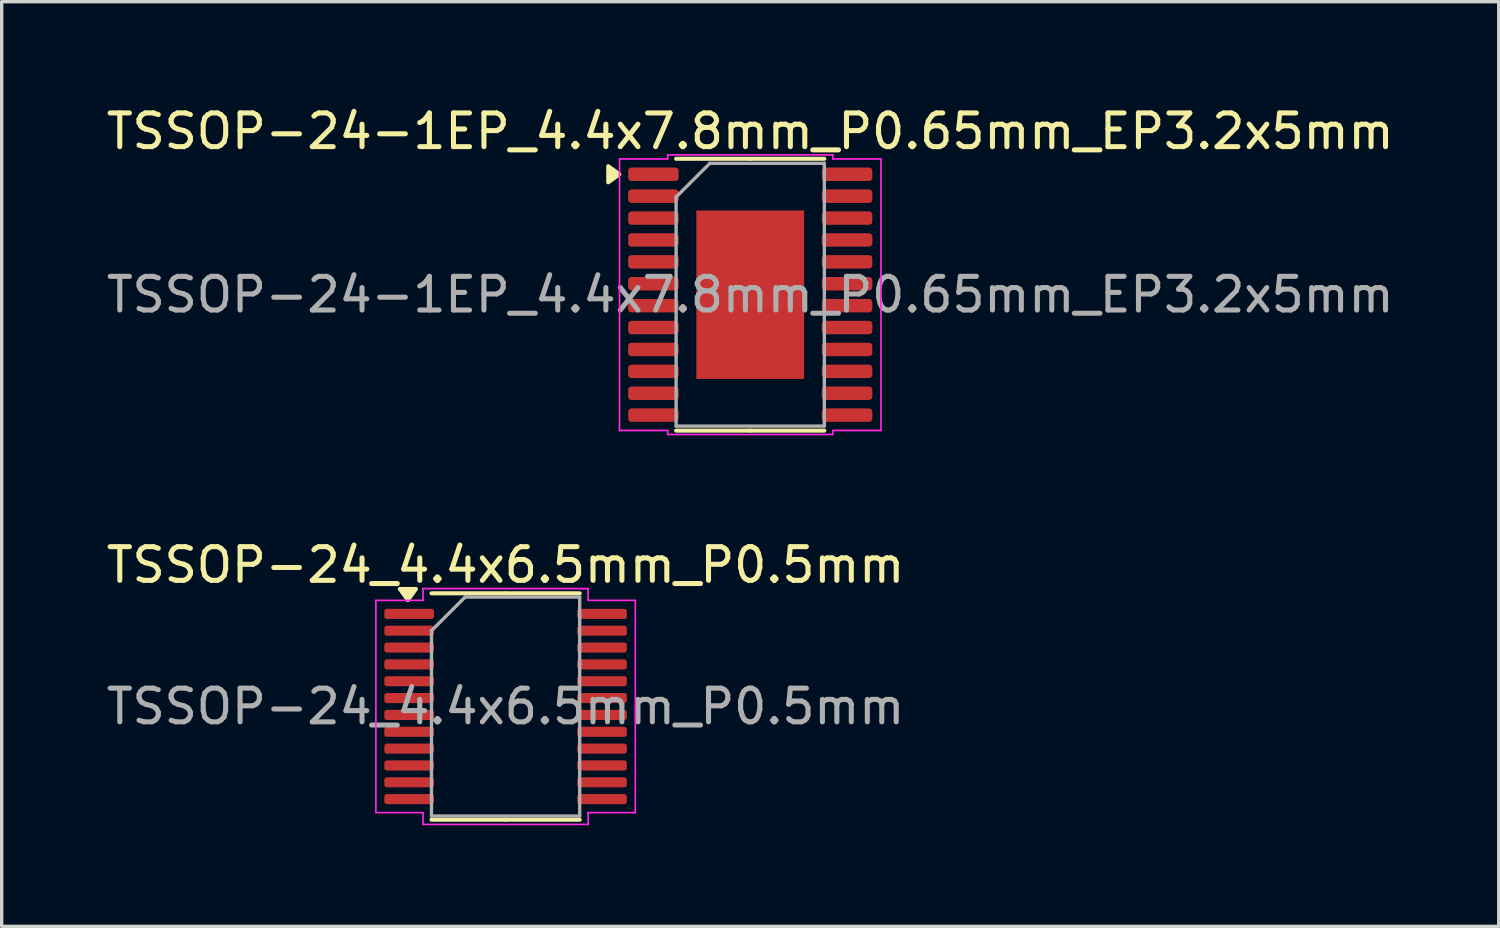
<source format=kicad_pcb>
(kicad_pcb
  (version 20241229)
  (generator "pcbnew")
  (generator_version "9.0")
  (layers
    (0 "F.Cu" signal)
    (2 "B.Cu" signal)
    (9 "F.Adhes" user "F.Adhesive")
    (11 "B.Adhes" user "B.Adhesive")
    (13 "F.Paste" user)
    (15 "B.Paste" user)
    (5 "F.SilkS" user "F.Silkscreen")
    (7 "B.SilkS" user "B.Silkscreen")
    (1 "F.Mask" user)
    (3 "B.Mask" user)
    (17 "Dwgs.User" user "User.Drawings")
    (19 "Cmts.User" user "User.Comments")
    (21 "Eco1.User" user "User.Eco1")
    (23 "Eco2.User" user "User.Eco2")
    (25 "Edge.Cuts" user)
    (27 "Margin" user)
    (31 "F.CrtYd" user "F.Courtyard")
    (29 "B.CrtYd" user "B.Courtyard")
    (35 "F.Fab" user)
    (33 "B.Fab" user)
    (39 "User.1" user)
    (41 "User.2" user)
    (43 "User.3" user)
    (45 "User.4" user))
  (footprint "TSSOP-24-1EP_4.4x7.8mm_P0.65mm_EP3.2x5mm"
    (layer "F.Cu")
    (at 19.22 5.698)
    (property "Reference" "TSSOP-24-1EP_4.4x7.8mm_P0.65mm_EP3.2x5mm" (at 0 -4.85 0) (layer "F.SilkS") (effects (font (size 1 1) (thickness 0.15))))
    (attr smd)
    (fp_line (start 0 -4.035) (end -2.2 -4.035) (stroke (width 0.12) (type solid)) (layer "F.SilkS"))
    (fp_line (start 0 -4.035) (end 2.2 -4.035) (stroke (width 0.12) (type solid)) (layer "F.SilkS"))
    (fp_line (start 0 4.035) (end -2.2 4.035) (stroke (width 0.12) (type solid)) (layer "F.SilkS"))
    (fp_line (start 0 4.035) (end 2.2 4.035) (stroke (width 0.12) (type solid)) (layer "F.SilkS"))
    (fp_poly (pts (xy -3.885 -3.575) (xy -4.215 -3.335) (xy -4.215 -3.815)) (stroke (width 0.12) (type solid)) (fill yes) (layer "F.SilkS"))
    (fp_line (start -3.88 -4.03) (end -2.45 -4.03) (stroke (width 0.05) (type solid)) (layer "F.CrtYd"))
    (fp_line (start -3.88 4.03) (end -3.88 -4.03) (stroke (width 0.05) (type solid)) (layer "F.CrtYd"))
    (fp_line (start -2.45 -4.15) (end 2.45 -4.15) (stroke (width 0.05) (type solid)) (layer "F.CrtYd"))
    (fp_line (start -2.45 -4.03) (end -2.45 -4.15) (stroke (width 0.05) (type solid)) (layer "F.CrtYd"))
    (fp_line (start -2.45 4.03) (end -3.88 4.03) (stroke (width 0.05) (type solid)) (layer "F.CrtYd"))
    (fp_line (start -2.45 4.15) (end -2.45 4.03) (stroke (width 0.05) (type solid)) (layer "F.CrtYd"))
    (fp_line (start 2.45 -4.15) (end 2.45 -4.03) (stroke (width 0.05) (type solid)) (layer "F.CrtYd"))
    (fp_line (start 2.45 -4.03) (end 3.88 -4.03) (stroke (width 0.05) (type solid)) (layer "F.CrtYd"))
    (fp_line (start 2.45 4.03) (end 2.45 4.15) (stroke (width 0.05) (type solid)) (layer "F.CrtYd"))
    (fp_line (start 2.45 4.15) (end -2.45 4.15) (stroke (width 0.05) (type solid)) (layer "F.CrtYd"))
    (fp_line (start 3.88 -4.03) (end 3.88 4.03) (stroke (width 0.05) (type solid)) (layer "F.CrtYd"))
    (fp_line (start 3.88 4.03) (end 2.45 4.03) (stroke (width 0.05) (type solid)) (layer "F.CrtYd"))
    (fp_line (start -2.2 -2.9) (end -1.2 -3.9) (stroke (width 0.1) (type solid)) (layer "F.Fab"))
    (fp_line (start -2.2 3.9) (end -2.2 -2.9) (stroke (width 0.1) (type solid)) (layer "F.Fab"))
    (fp_line (start -1.2 -3.9) (end 2.2 -3.9) (stroke (width 0.1) (type solid)) (layer "F.Fab"))
    (fp_line (start 2.2 -3.9) (end 2.2 3.9) (stroke (width 0.1) (type solid)) (layer "F.Fab"))
    (fp_line (start 2.2 3.9) (end -2.2 3.9) (stroke (width 0.1) (type solid)) (layer "F.Fab"))
    (fp_text user "${REFERENCE}" (at 0 0 0) (layer "F.Fab") (effects (font (size 1 1) (thickness 0.15))))
    (pad "" smd roundrect (at -0.8 -1.67) (size 1.29 1.34) (layers "F.Paste") (roundrect_rratio 0.194))
    (pad "" smd roundrect (at -0.8 0) (size 1.29 1.34) (layers "F.Paste") (roundrect_rratio 0.194))
    (pad "" smd roundrect (at -0.8 1.67) (size 1.29 1.34) (layers "F.Paste") (roundrect_rratio 0.194))
    (pad "" smd roundrect (at 0.8 -1.67) (size 1.29 1.34) (layers "F.Paste") (roundrect_rratio 0.194))
    (pad "" smd roundrect (at 0.8 0) (size 1.29 1.34) (layers "F.Paste") (roundrect_rratio 0.194))
    (pad "" smd roundrect (at 0.8 1.67) (size 1.29 1.34) (layers "F.Paste") (roundrect_rratio 0.194))
    (pad "1" smd roundrect (at -2.875 -3.575) (size 1.5 0.4) (layers "F.Cu" "F.Mask" "F.Paste") (roundrect_rratio 0.25))
    (pad "2" smd roundrect (at -2.875 -2.925) (size 1.5 0.4) (layers "F.Cu" "F.Mask" "F.Paste") (roundrect_rratio 0.25))
    (pad "3" smd roundrect (at -2.875 -2.275) (size 1.5 0.4) (layers "F.Cu" "F.Mask" "F.Paste") (roundrect_rratio 0.25))
    (pad "4" smd roundrect (at -2.875 -1.625) (size 1.5 0.4) (layers "F.Cu" "F.Mask" "F.Paste") (roundrect_rratio 0.25))
    (pad "5" smd roundrect (at -2.875 -0.975) (size 1.5 0.4) (layers "F.Cu" "F.Mask" "F.Paste") (roundrect_rratio 0.25))
    (pad "6" smd roundrect (at -2.875 -0.325) (size 1.5 0.4) (layers "F.Cu" "F.Mask" "F.Paste") (roundrect_rratio 0.25))
    (pad "7" smd roundrect (at -2.875 0.325) (size 1.5 0.4) (layers "F.Cu" "F.Mask" "F.Paste") (roundrect_rratio 0.25))
    (pad "8" smd roundrect (at -2.875 0.975) (size 1.5 0.4) (layers "F.Cu" "F.Mask" "F.Paste") (roundrect_rratio 0.25))
    (pad "9" smd roundrect (at -2.875 1.625) (size 1.5 0.4) (layers "F.Cu" "F.Mask" "F.Paste") (roundrect_rratio 0.25))
    (pad "10" smd roundrect (at -2.875 2.275) (size 1.5 0.4) (layers "F.Cu" "F.Mask" "F.Paste") (roundrect_rratio 0.25))
    (pad "11" smd roundrect (at -2.875 2.925) (size 1.5 0.4) (layers "F.Cu" "F.Mask" "F.Paste") (roundrect_rratio 0.25))
    (pad "12" smd roundrect (at -2.875 3.575) (size 1.5 0.4) (layers "F.Cu" "F.Mask" "F.Paste") (roundrect_rratio 0.25))
    (pad "13" smd roundrect (at 2.875 3.575) (size 1.5 0.4) (layers "F.Cu" "F.Mask" "F.Paste") (roundrect_rratio 0.25))
    (pad "14" smd roundrect (at 2.875 2.925) (size 1.5 0.4) (layers "F.Cu" "F.Mask" "F.Paste") (roundrect_rratio 0.25))
    (pad "15" smd roundrect (at 2.875 2.275) (size 1.5 0.4) (layers "F.Cu" "F.Mask" "F.Paste") (roundrect_rratio 0.25))
    (pad "16" smd roundrect (at 2.875 1.625) (size 1.5 0.4) (layers "F.Cu" "F.Mask" "F.Paste") (roundrect_rratio 0.25))
    (pad "17" smd roundrect (at 2.875 0.975) (size 1.5 0.4) (layers "F.Cu" "F.Mask" "F.Paste") (roundrect_rratio 0.25))
    (pad "18" smd roundrect (at 2.875 0.325) (size 1.5 0.4) (layers "F.Cu" "F.Mask" "F.Paste") (roundrect_rratio 0.25))
    (pad "19" smd roundrect (at 2.875 -0.325) (size 1.5 0.4) (layers "F.Cu" "F.Mask" "F.Paste") (roundrect_rratio 0.25))
    (pad "20" smd roundrect (at 2.875 -0.975) (size 1.5 0.4) (layers "F.Cu" "F.Mask" "F.Paste") (roundrect_rratio 0.25))
    (pad "21" smd roundrect (at 2.875 -1.625) (size 1.5 0.4) (layers "F.Cu" "F.Mask" "F.Paste") (roundrect_rratio 0.25))
    (pad "22" smd roundrect (at 2.875 -2.275) (size 1.5 0.4) (layers "F.Cu" "F.Mask" "F.Paste") (roundrect_rratio 0.25))
    (pad "23" smd roundrect (at 2.875 -2.925) (size 1.5 0.4) (layers "F.Cu" "F.Mask" "F.Paste") (roundrect_rratio 0.25))
    (pad "24" smd roundrect (at 2.875 -3.575) (size 1.5 0.4) (layers "F.Cu" "F.Mask" "F.Paste") (roundrect_rratio 0.25))
    (pad "25" smd rect (at 0 0) (size 3.2 5) (property pad_prop_heatsink) (layers "F.Cu" "F.Mask")))
  (footprint "TSSOP-24_4.4x6.5mm_P0.5mm"
    (layer "F.Cu")
    (at 11.958 17.922)
    (property "Reference" "TSSOP-24_4.4x6.5mm_P0.5mm" (at 0 -4.2 0) (layer "F.SilkS") (effects (font (size 1 1) (thickness 0.15))))
    (attr smd)
    (fp_line (start 0 -3.36) (end -2.2 -3.36) (stroke (width 0.12) (type solid)) (layer "F.SilkS"))
    (fp_line (start 0 -3.36) (end 2.2 -3.36) (stroke (width 0.12) (type solid)) (layer "F.SilkS"))
    (fp_line (start 0 3.36) (end -2.2 3.36) (stroke (width 0.12) (type solid)) (layer "F.SilkS"))
    (fp_line (start 0 3.36) (end 2.2 3.36) (stroke (width 0.12) (type solid)) (layer "F.SilkS"))
    (fp_poly (pts (xy -2.9 -3.16) (xy -3.14 -3.49) (xy -2.66 -3.49)) (stroke (width 0.12) (type solid)) (fill yes) (layer "F.SilkS"))
    (fp_line (start -3.85 -3.15) (end -2.45 -3.15) (stroke (width 0.05) (type solid)) (layer "F.CrtYd"))
    (fp_line (start -3.85 3.15) (end -3.85 -3.15) (stroke (width 0.05) (type solid)) (layer "F.CrtYd"))
    (fp_line (start -2.45 -3.5) (end 2.45 -3.5) (stroke (width 0.05) (type solid)) (layer "F.CrtYd"))
    (fp_line (start -2.45 -3.15) (end -2.45 -3.5) (stroke (width 0.05) (type solid)) (layer "F.CrtYd"))
    (fp_line (start -2.45 3.15) (end -3.85 3.15) (stroke (width 0.05) (type solid)) (layer "F.CrtYd"))
    (fp_line (start -2.45 3.5) (end -2.45 3.15) (stroke (width 0.05) (type solid)) (layer "F.CrtYd"))
    (fp_line (start 2.45 -3.5) (end 2.45 -3.15) (stroke (width 0.05) (type solid)) (layer "F.CrtYd"))
    (fp_line (start 2.45 -3.15) (end 3.85 -3.15) (stroke (width 0.05) (type solid)) (layer "F.CrtYd"))
    (fp_line (start 2.45 3.15) (end 2.45 3.5) (stroke (width 0.05) (type solid)) (layer "F.CrtYd"))
    (fp_line (start 2.45 3.5) (end -2.45 3.5) (stroke (width 0.05) (type solid)) (layer "F.CrtYd"))
    (fp_line (start 3.85 -3.15) (end 3.85 3.15) (stroke (width 0.05) (type solid)) (layer "F.CrtYd"))
    (fp_line (start 3.85 3.15) (end 2.45 3.15) (stroke (width 0.05) (type solid)) (layer "F.CrtYd"))
    (fp_line (start -2.2 -2.25) (end -1.2 -3.25) (stroke (width 0.1) (type solid)) (layer "F.Fab"))
    (fp_line (start -2.2 3.25) (end -2.2 -2.25) (stroke (width 0.1) (type solid)) (layer "F.Fab"))
    (fp_line (start -1.2 -3.25) (end 2.2 -3.25) (stroke (width 0.1) (type solid)) (layer "F.Fab"))
    (fp_line (start 2.2 -3.25) (end 2.2 3.25) (stroke (width 0.1) (type solid)) (layer "F.Fab"))
    (fp_line (start 2.2 3.25) (end -2.2 3.25) (stroke (width 0.1) (type solid)) (layer "F.Fab"))
    (fp_text user "${REFERENCE}" (at 0 0 0) (layer "F.Fab") (effects (font (size 1 1) (thickness 0.15))))
    (pad "1" smd roundrect (at -2.862 -2.75) (size 1.475 0.3) (layers "F.Cu" "F.Mask" "F.Paste") (roundrect_rratio 0.25))
    (pad "2" smd roundrect (at -2.862 -2.25) (size 1.475 0.3) (layers "F.Cu" "F.Mask" "F.Paste") (roundrect_rratio 0.25))
    (pad "3" smd roundrect (at -2.862 -1.75) (size 1.475 0.3) (layers "F.Cu" "F.Mask" "F.Paste") (roundrect_rratio 0.25))
    (pad "4" smd roundrect (at -2.862 -1.25) (size 1.475 0.3) (layers "F.Cu" "F.Mask" "F.Paste") (roundrect_rratio 0.25))
    (pad "5" smd roundrect (at -2.862 -0.75) (size 1.475 0.3) (layers "F.Cu" "F.Mask" "F.Paste") (roundrect_rratio 0.25))
    (pad "6" smd roundrect (at -2.862 -0.25) (size 1.475 0.3) (layers "F.Cu" "F.Mask" "F.Paste") (roundrect_rratio 0.25))
    (pad "7" smd roundrect (at -2.862 0.25) (size 1.475 0.3) (layers "F.Cu" "F.Mask" "F.Paste") (roundrect_rratio 0.25))
    (pad "8" smd roundrect (at -2.862 0.75) (size 1.475 0.3) (layers "F.Cu" "F.Mask" "F.Paste") (roundrect_rratio 0.25))
    (pad "9" smd roundrect (at -2.862 1.25) (size 1.475 0.3) (layers "F.Cu" "F.Mask" "F.Paste") (roundrect_rratio 0.25))
    (pad "10" smd roundrect (at -2.862 1.75) (size 1.475 0.3) (layers "F.Cu" "F.Mask" "F.Paste") (roundrect_rratio 0.25))
    (pad "11" smd roundrect (at -2.862 2.25) (size 1.475 0.3) (layers "F.Cu" "F.Mask" "F.Paste") (roundrect_rratio 0.25))
    (pad "12" smd roundrect (at -2.862 2.75) (size 1.475 0.3) (layers "F.Cu" "F.Mask" "F.Paste") (roundrect_rratio 0.25))
    (pad "13" smd roundrect (at 2.862 2.75) (size 1.475 0.3) (layers "F.Cu" "F.Mask" "F.Paste") (roundrect_rratio 0.25))
    (pad "14" smd roundrect (at 2.862 2.25) (size 1.475 0.3) (layers "F.Cu" "F.Mask" "F.Paste") (roundrect_rratio 0.25))
    (pad "15" smd roundrect (at 2.862 1.75) (size 1.475 0.3) (layers "F.Cu" "F.Mask" "F.Paste") (roundrect_rratio 0.25))
    (pad "16" smd roundrect (at 2.862 1.25) (size 1.475 0.3) (layers "F.Cu" "F.Mask" "F.Paste") (roundrect_rratio 0.25))
    (pad "17" smd roundrect (at 2.862 0.75) (size 1.475 0.3) (layers "F.Cu" "F.Mask" "F.Paste") (roundrect_rratio 0.25))
    (pad "18" smd roundrect (at 2.862 0.25) (size 1.475 0.3) (layers "F.Cu" "F.Mask" "F.Paste") (roundrect_rratio 0.25))
    (pad "19" smd roundrect (at 2.862 -0.25) (size 1.475 0.3) (layers "F.Cu" "F.Mask" "F.Paste") (roundrect_rratio 0.25))
    (pad "20" smd roundrect (at 2.862 -0.75) (size 1.475 0.3) (layers "F.Cu" "F.Mask" "F.Paste") (roundrect_rratio 0.25))
    (pad "21" smd roundrect (at 2.862 -1.25) (size 1.475 0.3) (layers "F.Cu" "F.Mask" "F.Paste") (roundrect_rratio 0.25))
    (pad "22" smd roundrect (at 2.862 -1.75) (size 1.475 0.3) (layers "F.Cu" "F.Mask" "F.Paste") (roundrect_rratio 0.25))
    (pad "23" smd roundrect (at 2.862 -2.25) (size 1.475 0.3) (layers "F.Cu" "F.Mask" "F.Paste") (roundrect_rratio 0.25))
    (pad "24" smd roundrect (at 2.862 -2.75) (size 1.475 0.3) (layers "F.Cu" "F.Mask" "F.Paste") (roundrect_rratio 0.25)))
  (gr_rect
    (start -3 -3)
    (end 41.44 24.447)
    (stroke (width 0.1) (type default))
    (fill no)
    (layer "Edge.Cuts")))
</source>
